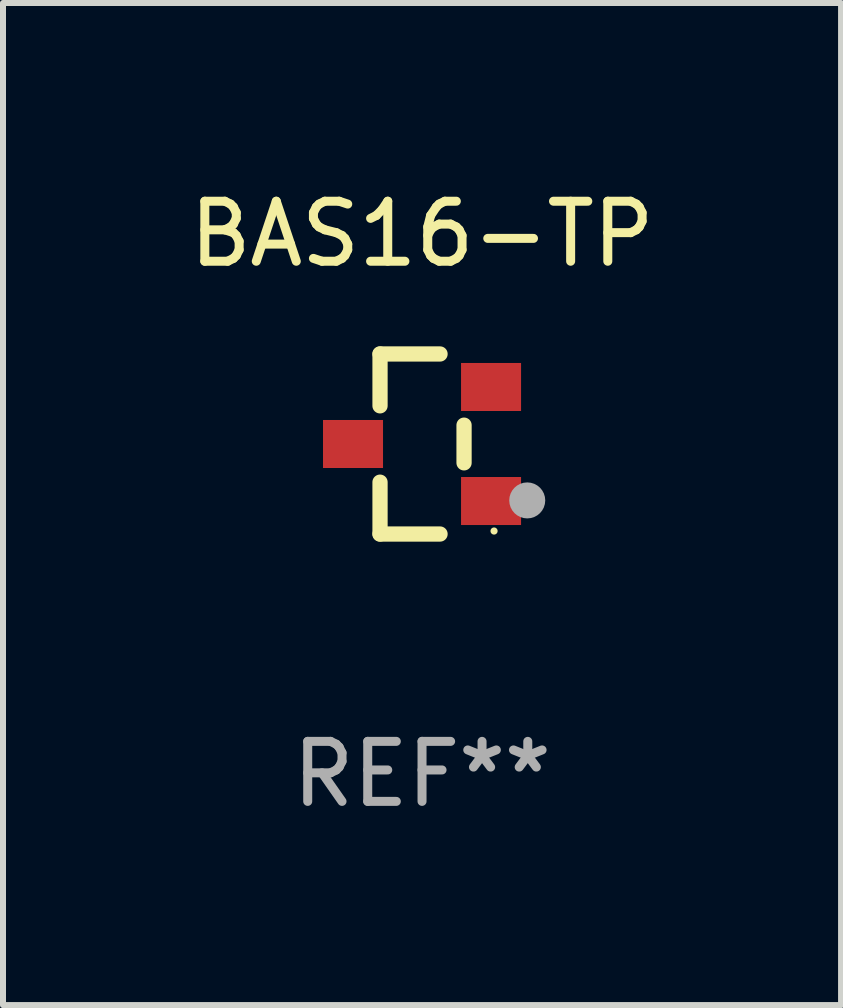
<source format=kicad_pcb>
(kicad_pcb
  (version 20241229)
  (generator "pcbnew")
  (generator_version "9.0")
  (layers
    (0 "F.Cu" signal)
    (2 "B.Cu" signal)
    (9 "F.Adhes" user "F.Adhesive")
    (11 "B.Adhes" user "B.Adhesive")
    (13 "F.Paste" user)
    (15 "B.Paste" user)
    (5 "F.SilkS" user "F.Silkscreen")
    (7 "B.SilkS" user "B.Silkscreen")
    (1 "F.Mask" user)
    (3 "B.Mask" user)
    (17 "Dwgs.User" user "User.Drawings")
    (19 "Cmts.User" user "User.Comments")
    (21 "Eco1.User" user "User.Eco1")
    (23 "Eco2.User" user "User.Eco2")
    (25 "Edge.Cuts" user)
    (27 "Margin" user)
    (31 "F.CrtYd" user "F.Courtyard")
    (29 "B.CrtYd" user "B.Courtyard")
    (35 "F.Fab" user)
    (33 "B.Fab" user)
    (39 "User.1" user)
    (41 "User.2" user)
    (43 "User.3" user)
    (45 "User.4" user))
  (footprint "BAS16-TP"
    (layer "F.Cu")
    (at 3.982 4.348)
    (property "Reference" "BAS16-TP" (at 0 -3.5 0) (layer "F.SilkS") (effects (font (size 1 1) (thickness 0.15))))
    (attr through_hole)
    (fp_line (start -0.7 -1.5) (end 0.3 -1.5) (stroke (width 0.254) (type solid)) (layer "F.SilkS"))
    (fp_line (start -0.7 -0.636) (end -0.7 -1.5) (stroke (width 0.254) (type solid)) (layer "F.SilkS"))
    (fp_line (start -0.7 1.5) (end -0.7 0.636) (stroke (width 0.254) (type solid)) (layer "F.SilkS"))
    (fp_line (start -0.7 1.5) (end 0.3 1.5) (stroke (width 0.254) (type solid)) (layer "F.SilkS"))
    (fp_line (start 0.7 0.314) (end 0.7 -0.314) (stroke (width 0.254) (type solid)) (layer "F.SilkS"))
    (fp_circle (center 1.2 1.45) (end 1.23 1.45) (stroke (width 0.06) (type solid)) (fill no) (layer "F.SilkS"))
    (fp_circle (center 1.753 0.94) (end 1.903 0.94) (stroke (width 0.3) (type solid)) (fill no) (layer "F.Fab"))
    (fp_text user "REF**" (at 0 5.5 0) (layer "F.Fab") (effects (font (size 1 1) (thickness 0.15))))
    (pad "1" smd rect (at 1.15 0.95 180) (size 1 0.8) (layers "F.Cu" "F.Mask" "F.Paste"))
    (pad "2" smd rect (at 1.15 -0.95 180) (size 1 0.8) (layers "F.Cu" "F.Mask" "F.Paste"))
    (pad "3" smd rect (at -1.15 -0.000051 180) (size 1 0.8) (layers "F.Cu" "F.Mask" "F.Paste")))
  (gr_rect
    (start -3 -3)
    (end 10.964 13.697)
    (stroke (width 0.1) (type default))
    (fill no)
    (layer "Edge.Cuts")))
</source>
